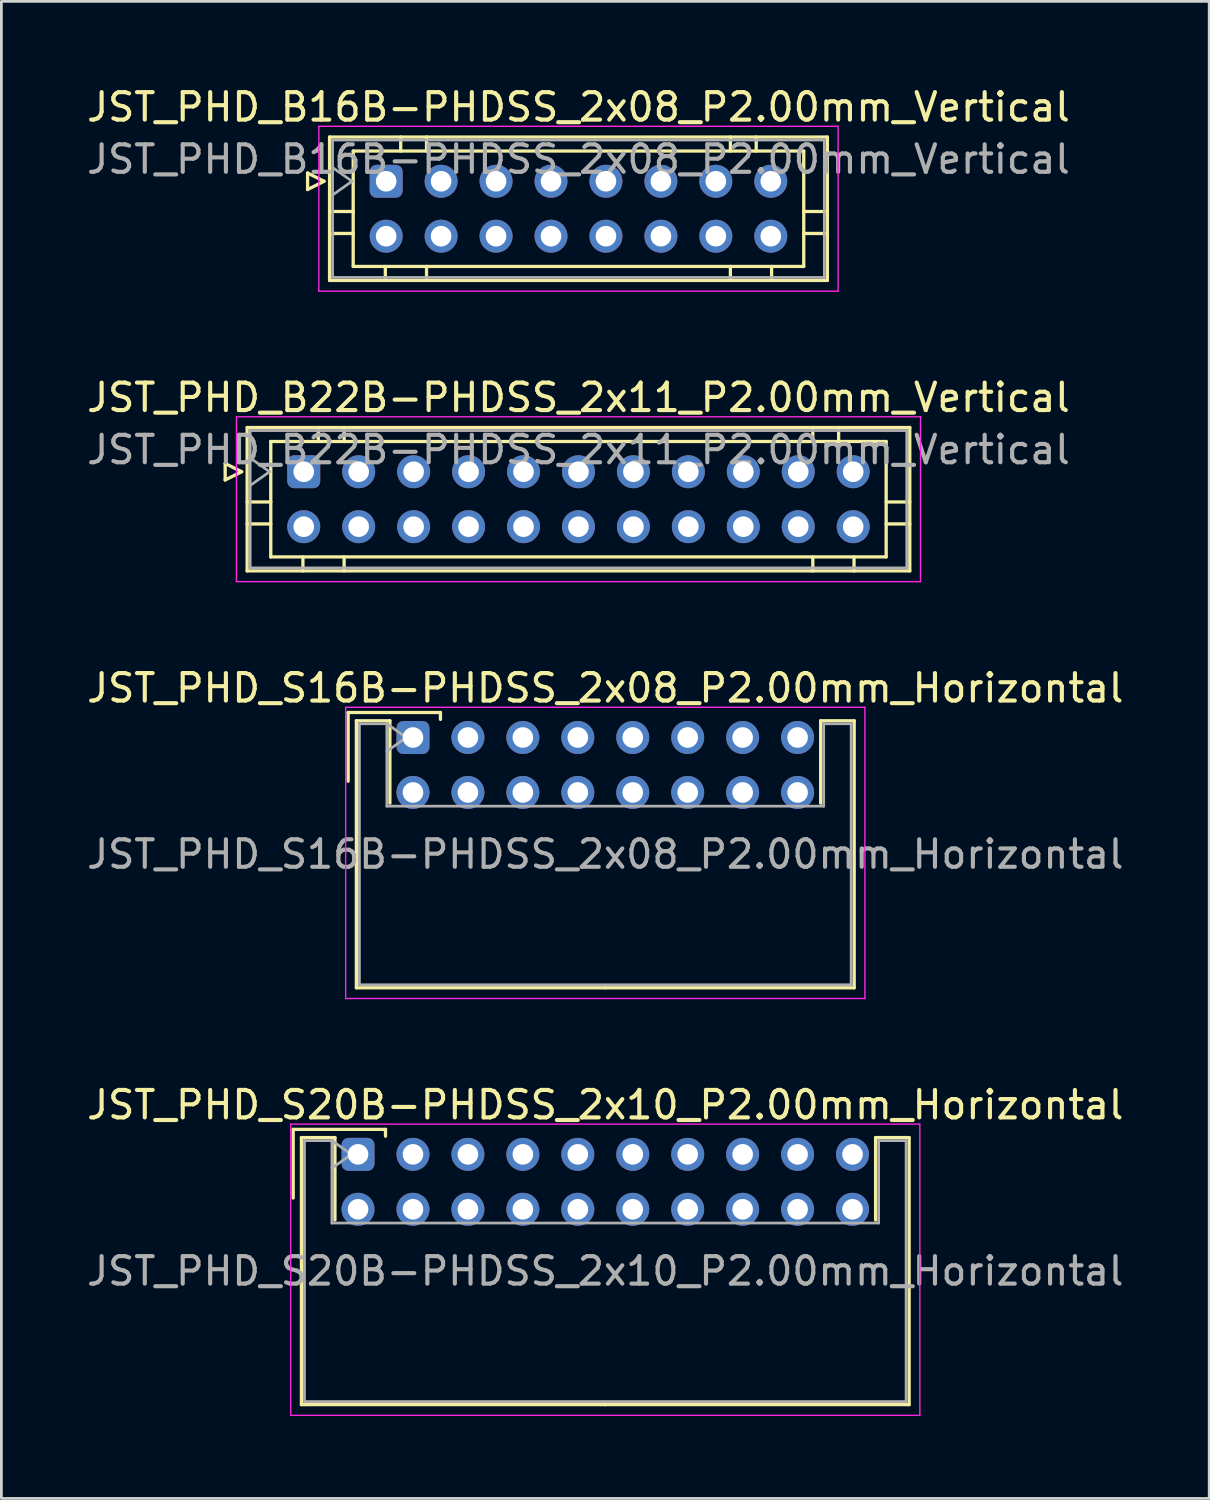
<source format=kicad_pcb>
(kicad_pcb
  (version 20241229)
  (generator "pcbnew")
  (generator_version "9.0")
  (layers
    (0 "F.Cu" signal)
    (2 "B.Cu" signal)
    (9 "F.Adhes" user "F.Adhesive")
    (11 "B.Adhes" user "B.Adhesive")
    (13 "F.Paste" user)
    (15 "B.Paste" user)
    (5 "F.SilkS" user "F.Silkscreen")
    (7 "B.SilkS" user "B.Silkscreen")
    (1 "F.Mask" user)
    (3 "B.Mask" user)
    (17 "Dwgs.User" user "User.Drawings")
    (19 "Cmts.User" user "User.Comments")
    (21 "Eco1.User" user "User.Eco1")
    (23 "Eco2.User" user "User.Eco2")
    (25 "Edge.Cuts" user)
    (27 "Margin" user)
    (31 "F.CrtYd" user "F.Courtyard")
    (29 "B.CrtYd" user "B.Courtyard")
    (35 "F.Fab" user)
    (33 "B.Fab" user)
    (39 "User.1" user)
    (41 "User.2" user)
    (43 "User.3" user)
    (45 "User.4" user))
  (footprint "JST_PHD_B16B-PHDSS_2x08_P2.00mm_Vertical"
    (layer "F.Cu")
    (at 11.006 3.548)
    (property "Reference" "JST_PHD_B16B-PHDSS_2x08_P2.00mm_Vertical" (at 7 -2.7 0) (layer "F.SilkS") (effects (font (size 1 1) (thickness 0.15))))
    (attr through_hole)
    (fp_line (start -2.86 -0.3) (end -2.26 0) (stroke (width 0.12) (type solid)) (layer "F.SilkS"))
    (fp_line (start -2.86 0.3) (end -2.86 -0.3) (stroke (width 0.12) (type solid)) (layer "F.SilkS"))
    (fp_line (start -2.26 0) (end -2.86 0.3) (stroke (width 0.12) (type solid)) (layer "F.SilkS"))
    (fp_line (start -2.06 -1.61) (end -2.06 3.61) (stroke (width 0.12) (type solid)) (layer "F.SilkS"))
    (fp_line (start -2.06 1.1) (end -1.2 1.1) (stroke (width 0.12) (type solid)) (layer "F.SilkS"))
    (fp_line (start -2.06 1.9) (end -1.2 1.9) (stroke (width 0.12) (type solid)) (layer "F.SilkS"))
    (fp_line (start -2.06 3.61) (end 16.06 3.61) (stroke (width 0.12) (type solid)) (layer "F.SilkS"))
    (fp_line (start -1.2 -1.1) (end -1.2 3.1) (stroke (width 0.12) (type solid)) (layer "F.SilkS"))
    (fp_line (start -1.2 3.1) (end 15.2 3.1) (stroke (width 0.12) (type solid)) (layer "F.SilkS"))
    (fp_line (start -0.03 3.61) (end -0.03 3.1) (stroke (width 0.12) (type solid)) (layer "F.SilkS"))
    (fp_line (start 0.53 -1.61) (end 0.53 -1.1) (stroke (width 0.12) (type solid)) (layer "F.SilkS"))
    (fp_line (start 1.47 -1.61) (end 1.47 -1.1) (stroke (width 0.12) (type solid)) (layer "F.SilkS"))
    (fp_line (start 1.47 3.61) (end 1.47 3.1) (stroke (width 0.12) (type solid)) (layer "F.SilkS"))
    (fp_line (start 12.53 -1.61) (end 12.53 -1.1) (stroke (width 0.12) (type solid)) (layer "F.SilkS"))
    (fp_line (start 12.53 3.61) (end 12.53 3.1) (stroke (width 0.12) (type solid)) (layer "F.SilkS"))
    (fp_line (start 13.47 -1.61) (end 13.47 -1.1) (stroke (width 0.12) (type solid)) (layer "F.SilkS"))
    (fp_line (start 14.03 3.61) (end 14.03 3.1) (stroke (width 0.12) (type solid)) (layer "F.SilkS"))
    (fp_line (start 15.2 -1.1) (end -1.2 -1.1) (stroke (width 0.12) (type solid)) (layer "F.SilkS"))
    (fp_line (start 15.2 3.1) (end 15.2 -1.1) (stroke (width 0.12) (type solid)) (layer "F.SilkS"))
    (fp_line (start 16.06 -1.61) (end -2.06 -1.61) (stroke (width 0.12) (type solid)) (layer "F.SilkS"))
    (fp_line (start 16.06 1.1) (end 15.2 1.1) (stroke (width 0.12) (type solid)) (layer "F.SilkS"))
    (fp_line (start 16.06 1.9) (end 15.2 1.9) (stroke (width 0.12) (type solid)) (layer "F.SilkS"))
    (fp_line (start 16.06 3.61) (end 16.06 -1.61) (stroke (width 0.12) (type solid)) (layer "F.SilkS"))
    (fp_line (start -2.45 -2) (end -2.45 4) (stroke (width 0.05) (type solid)) (layer "F.CrtYd"))
    (fp_line (start -2.45 4) (end 16.45 4) (stroke (width 0.05) (type solid)) (layer "F.CrtYd"))
    (fp_line (start 16.45 -2) (end -2.45 -2) (stroke (width 0.05) (type solid)) (layer "F.CrtYd"))
    (fp_line (start 16.45 4) (end 16.45 -2) (stroke (width 0.05) (type solid)) (layer "F.CrtYd"))
    (fp_line (start -1.95 -1.5) (end -1.95 3.5) (stroke (width 0.1) (type solid)) (layer "F.Fab"))
    (fp_line (start -1.95 0.5) (end -1.243 0) (stroke (width 0.1) (type solid)) (layer "F.Fab"))
    (fp_line (start -1.95 3.5) (end 15.95 3.5) (stroke (width 0.1) (type solid)) (layer "F.Fab"))
    (fp_line (start -1.243 0) (end -1.95 -0.5) (stroke (width 0.1) (type solid)) (layer "F.Fab"))
    (fp_line (start 15.95 -1.5) (end -1.95 -1.5) (stroke (width 0.1) (type solid)) (layer "F.Fab"))
    (fp_line (start 15.95 3.5) (end 15.95 -1.5) (stroke (width 0.1) (type solid)) (layer "F.Fab"))
    (fp_text user "${REFERENCE}" (at 7 -0.8 0) (layer "F.Fab") (effects (font (size 1 1) (thickness 0.15))))
    (pad "1" thru_hole roundrect (at 0 0) (size 1.2 1.2) (drill 0.75) (layers "*.Cu" "*.Mask") (roundrect_rratio 0.208))
    (pad "2" thru_hole circle (at 0 2) (size 1.2 1.2) (drill 0.75) (layers "*.Cu" "*.Mask"))
    (pad "3" thru_hole circle (at 2 0) (size 1.2 1.2) (drill 0.75) (layers "*.Cu" "*.Mask"))
    (pad "4" thru_hole circle (at 2 2) (size 1.2 1.2) (drill 0.75) (layers "*.Cu" "*.Mask"))
    (pad "5" thru_hole circle (at 4 0) (size 1.2 1.2) (drill 0.75) (layers "*.Cu" "*.Mask"))
    (pad "6" thru_hole circle (at 4 2) (size 1.2 1.2) (drill 0.75) (layers "*.Cu" "*.Mask"))
    (pad "7" thru_hole circle (at 6 0) (size 1.2 1.2) (drill 0.75) (layers "*.Cu" "*.Mask"))
    (pad "8" thru_hole circle (at 6 2) (size 1.2 1.2) (drill 0.75) (layers "*.Cu" "*.Mask"))
    (pad "9" thru_hole circle (at 8 0) (size 1.2 1.2) (drill 0.75) (layers "*.Cu" "*.Mask"))
    (pad "10" thru_hole circle (at 8 2) (size 1.2 1.2) (drill 0.75) (layers "*.Cu" "*.Mask"))
    (pad "11" thru_hole circle (at 10 0) (size 1.2 1.2) (drill 0.75) (layers "*.Cu" "*.Mask"))
    (pad "12" thru_hole circle (at 10 2) (size 1.2 1.2) (drill 0.75) (layers "*.Cu" "*.Mask"))
    (pad "13" thru_hole circle (at 12 0) (size 1.2 1.2) (drill 0.75) (layers "*.Cu" "*.Mask"))
    (pad "14" thru_hole circle (at 12 2) (size 1.2 1.2) (drill 0.75) (layers "*.Cu" "*.Mask"))
    (pad "15" thru_hole circle (at 14 0) (size 1.2 1.2) (drill 0.75) (layers "*.Cu" "*.Mask"))
    (pad "16" thru_hole circle (at 14 2) (size 1.2 1.2) (drill 0.75) (layers "*.Cu" "*.Mask")))
  (footprint "JST_PHD_B22B-PHDSS_2x11_P2.00mm_Vertical"
    (layer "F.Cu")
    (at 8.006 14.121)
    (property "Reference" "JST_PHD_B22B-PHDSS_2x11_P2.00mm_Vertical" (at 10 -2.7 0) (layer "F.SilkS") (effects (font (size 1 1) (thickness 0.15))))
    (attr through_hole)
    (fp_line (start -2.86 -0.3) (end -2.26 0) (stroke (width 0.12) (type solid)) (layer "F.SilkS"))
    (fp_line (start -2.86 0.3) (end -2.86 -0.3) (stroke (width 0.12) (type solid)) (layer "F.SilkS"))
    (fp_line (start -2.26 0) (end -2.86 0.3) (stroke (width 0.12) (type solid)) (layer "F.SilkS"))
    (fp_line (start -2.06 -1.61) (end -2.06 3.61) (stroke (width 0.12) (type solid)) (layer "F.SilkS"))
    (fp_line (start -2.06 1.1) (end -1.2 1.1) (stroke (width 0.12) (type solid)) (layer "F.SilkS"))
    (fp_line (start -2.06 1.9) (end -1.2 1.9) (stroke (width 0.12) (type solid)) (layer "F.SilkS"))
    (fp_line (start -2.06 3.61) (end 22.06 3.61) (stroke (width 0.12) (type solid)) (layer "F.SilkS"))
    (fp_line (start -1.2 -1.1) (end -1.2 3.1) (stroke (width 0.12) (type solid)) (layer "F.SilkS"))
    (fp_line (start -1.2 3.1) (end 21.2 3.1) (stroke (width 0.12) (type solid)) (layer "F.SilkS"))
    (fp_line (start -0.03 3.61) (end -0.03 3.1) (stroke (width 0.12) (type solid)) (layer "F.SilkS"))
    (fp_line (start 0.53 -1.61) (end 0.53 -1.1) (stroke (width 0.12) (type solid)) (layer "F.SilkS"))
    (fp_line (start 1.47 -1.61) (end 1.47 -1.1) (stroke (width 0.12) (type solid)) (layer "F.SilkS"))
    (fp_line (start 1.47 3.61) (end 1.47 3.1) (stroke (width 0.12) (type solid)) (layer "F.SilkS"))
    (fp_line (start 18.53 -1.61) (end 18.53 -1.1) (stroke (width 0.12) (type solid)) (layer "F.SilkS"))
    (fp_line (start 18.53 3.61) (end 18.53 3.1) (stroke (width 0.12) (type solid)) (layer "F.SilkS"))
    (fp_line (start 19.47 -1.61) (end 19.47 -1.1) (stroke (width 0.12) (type solid)) (layer "F.SilkS"))
    (fp_line (start 20.03 3.61) (end 20.03 3.1) (stroke (width 0.12) (type solid)) (layer "F.SilkS"))
    (fp_line (start 21.2 -1.1) (end -1.2 -1.1) (stroke (width 0.12) (type solid)) (layer "F.SilkS"))
    (fp_line (start 21.2 3.1) (end 21.2 -1.1) (stroke (width 0.12) (type solid)) (layer "F.SilkS"))
    (fp_line (start 22.06 -1.61) (end -2.06 -1.61) (stroke (width 0.12) (type solid)) (layer "F.SilkS"))
    (fp_line (start 22.06 1.1) (end 21.2 1.1) (stroke (width 0.12) (type solid)) (layer "F.SilkS"))
    (fp_line (start 22.06 1.9) (end 21.2 1.9) (stroke (width 0.12) (type solid)) (layer "F.SilkS"))
    (fp_line (start 22.06 3.61) (end 22.06 -1.61) (stroke (width 0.12) (type solid)) (layer "F.SilkS"))
    (fp_line (start -2.45 -2) (end -2.45 4) (stroke (width 0.05) (type solid)) (layer "F.CrtYd"))
    (fp_line (start -2.45 4) (end 22.45 4) (stroke (width 0.05) (type solid)) (layer "F.CrtYd"))
    (fp_line (start 22.45 -2) (end -2.45 -2) (stroke (width 0.05) (type solid)) (layer "F.CrtYd"))
    (fp_line (start 22.45 4) (end 22.45 -2) (stroke (width 0.05) (type solid)) (layer "F.CrtYd"))
    (fp_line (start -1.95 -1.5) (end -1.95 3.5) (stroke (width 0.1) (type solid)) (layer "F.Fab"))
    (fp_line (start -1.95 0.5) (end -1.243 0) (stroke (width 0.1) (type solid)) (layer "F.Fab"))
    (fp_line (start -1.95 3.5) (end 21.95 3.5) (stroke (width 0.1) (type solid)) (layer "F.Fab"))
    (fp_line (start -1.243 0) (end -1.95 -0.5) (stroke (width 0.1) (type solid)) (layer "F.Fab"))
    (fp_line (start 21.95 -1.5) (end -1.95 -1.5) (stroke (width 0.1) (type solid)) (layer "F.Fab"))
    (fp_line (start 21.95 3.5) (end 21.95 -1.5) (stroke (width 0.1) (type solid)) (layer "F.Fab"))
    (fp_text user "${REFERENCE}" (at 10 -0.8 0) (layer "F.Fab") (effects (font (size 1 1) (thickness 0.15))))
    (pad "1" thru_hole roundrect (at 0 0) (size 1.2 1.2) (drill 0.75) (layers "*.Cu" "*.Mask") (roundrect_rratio 0.208))
    (pad "2" thru_hole circle (at 0 2) (size 1.2 1.2) (drill 0.75) (layers "*.Cu" "*.Mask"))
    (pad "3" thru_hole circle (at 2 0) (size 1.2 1.2) (drill 0.75) (layers "*.Cu" "*.Mask"))
    (pad "4" thru_hole circle (at 2 2) (size 1.2 1.2) (drill 0.75) (layers "*.Cu" "*.Mask"))
    (pad "5" thru_hole circle (at 4 0) (size 1.2 1.2) (drill 0.75) (layers "*.Cu" "*.Mask"))
    (pad "6" thru_hole circle (at 4 2) (size 1.2 1.2) (drill 0.75) (layers "*.Cu" "*.Mask"))
    (pad "7" thru_hole circle (at 6 0) (size 1.2 1.2) (drill 0.75) (layers "*.Cu" "*.Mask"))
    (pad "8" thru_hole circle (at 6 2) (size 1.2 1.2) (drill 0.75) (layers "*.Cu" "*.Mask"))
    (pad "9" thru_hole circle (at 8 0) (size 1.2 1.2) (drill 0.75) (layers "*.Cu" "*.Mask"))
    (pad "10" thru_hole circle (at 8 2) (size 1.2 1.2) (drill 0.75) (layers "*.Cu" "*.Mask"))
    (pad "11" thru_hole circle (at 10 0) (size 1.2 1.2) (drill 0.75) (layers "*.Cu" "*.Mask"))
    (pad "12" thru_hole circle (at 10 2) (size 1.2 1.2) (drill 0.75) (layers "*.Cu" "*.Mask"))
    (pad "13" thru_hole circle (at 12 0) (size 1.2 1.2) (drill 0.75) (layers "*.Cu" "*.Mask"))
    (pad "14" thru_hole circle (at 12 2) (size 1.2 1.2) (drill 0.75) (layers "*.Cu" "*.Mask"))
    (pad "15" thru_hole circle (at 14 0) (size 1.2 1.2) (drill 0.75) (layers "*.Cu" "*.Mask"))
    (pad "16" thru_hole circle (at 14 2) (size 1.2 1.2) (drill 0.75) (layers "*.Cu" "*.Mask"))
    (pad "17" thru_hole circle (at 16 0) (size 1.2 1.2) (drill 0.75) (layers "*.Cu" "*.Mask"))
    (pad "18" thru_hole circle (at 16 2) (size 1.2 1.2) (drill 0.75) (layers "*.Cu" "*.Mask"))
    (pad "19" thru_hole circle (at 18 0) (size 1.2 1.2) (drill 0.75) (layers "*.Cu" "*.Mask"))
    (pad "20" thru_hole circle (at 18 2) (size 1.2 1.2) (drill 0.75) (layers "*.Cu" "*.Mask"))
    (pad "21" thru_hole circle (at 20 0) (size 1.2 1.2) (drill 0.75) (layers "*.Cu" "*.Mask"))
    (pad "22" thru_hole circle (at 20 2) (size 1.2 1.2) (drill 0.75) (layers "*.Cu" "*.Mask")))
  (footprint "JST_PHD_S16B-PHDSS_2x08_P2.00mm_Horizontal"
    (layer "F.Cu")
    (at 11.982 23.795)
    (property "Reference" "JST_PHD_S16B-PHDSS_2x08_P2.00mm_Horizontal" (at 7 -1.8 0) (layer "F.SilkS") (effects (font (size 1 1) (thickness 0.15))))
    (attr through_hole)
    (fp_line (start -2.36 -0.91) (end -2.36 1.59) (stroke (width 0.12) (type solid)) (layer "F.SilkS"))
    (fp_line (start -2.06 -0.61) (end -2.06 9.11) (stroke (width 0.12) (type solid)) (layer "F.SilkS"))
    (fp_line (start -2.06 9.11) (end 7 9.11) (stroke (width 0.12) (type solid)) (layer "F.SilkS"))
    (fp_line (start -0.84 -0.61) (end -2.06 -0.61) (stroke (width 0.12) (type solid)) (layer "F.SilkS"))
    (fp_line (start -0.84 2.39) (end -0.84 -0.61) (stroke (width 0.12) (type solid)) (layer "F.SilkS"))
    (fp_line (start 1 -0.91) (end -2.36 -0.91) (stroke (width 0.12) (type solid)) (layer "F.SilkS"))
    (fp_line (start 1 -0.66) (end 1 -0.91) (stroke (width 0.12) (type solid)) (layer "F.SilkS"))
    (fp_line (start 14.84 -0.61) (end 16.06 -0.61) (stroke (width 0.12) (type solid)) (layer "F.SilkS"))
    (fp_line (start 14.84 2.39) (end 14.84 -0.61) (stroke (width 0.12) (type solid)) (layer "F.SilkS"))
    (fp_line (start 16.06 -0.61) (end 16.06 9.11) (stroke (width 0.12) (type solid)) (layer "F.SilkS"))
    (fp_line (start 16.06 9.11) (end 7 9.11) (stroke (width 0.12) (type solid)) (layer "F.SilkS"))
    (fp_line (start -2.45 -1.1) (end -2.45 9.5) (stroke (width 0.05) (type solid)) (layer "F.CrtYd"))
    (fp_line (start -2.45 9.5) (end 16.45 9.5) (stroke (width 0.05) (type solid)) (layer "F.CrtYd"))
    (fp_line (start 16.45 -1.1) (end -2.45 -1.1) (stroke (width 0.05) (type solid)) (layer "F.CrtYd"))
    (fp_line (start 16.45 9.5) (end 16.45 -1.1) (stroke (width 0.05) (type solid)) (layer "F.CrtYd"))
    (fp_line (start -1.95 -0.5) (end -0.95 -0.5) (stroke (width 0.1) (type solid)) (layer "F.Fab"))
    (fp_line (start -1.95 9) (end -1.95 -0.5) (stroke (width 0.1) (type solid)) (layer "F.Fab"))
    (fp_line (start -0.95 -0.5) (end -0.95 2.5) (stroke (width 0.1) (type solid)) (layer "F.Fab"))
    (fp_line (start -0.95 -0.5) (end -0.243 0) (stroke (width 0.1) (type solid)) (layer "F.Fab"))
    (fp_line (start -0.95 2.5) (end 14.95 2.5) (stroke (width 0.1) (type solid)) (layer "F.Fab"))
    (fp_line (start -0.243 0) (end -0.95 0.5) (stroke (width 0.1) (type solid)) (layer "F.Fab"))
    (fp_line (start 14.95 -0.5) (end 15.95 -0.5) (stroke (width 0.1) (type solid)) (layer "F.Fab"))
    (fp_line (start 14.95 2.5) (end 14.95 -0.5) (stroke (width 0.1) (type solid)) (layer "F.Fab"))
    (fp_line (start 15.95 -0.5) (end 15.95 9) (stroke (width 0.1) (type solid)) (layer "F.Fab"))
    (fp_line (start 15.95 9) (end -1.95 9) (stroke (width 0.1) (type solid)) (layer "F.Fab"))
    (fp_text user "${REFERENCE}" (at 7 4.25 0) (layer "F.Fab") (effects (font (size 1 1) (thickness 0.15))))
    (pad "1" thru_hole roundrect (at 0 0) (size 1.2 1.2) (drill 0.75) (layers "*.Cu" "*.Mask") (roundrect_rratio 0.208))
    (pad "2" thru_hole circle (at 0 2) (size 1.2 1.2) (drill 0.75) (layers "*.Cu" "*.Mask"))
    (pad "3" thru_hole circle (at 2 0) (size 1.2 1.2) (drill 0.75) (layers "*.Cu" "*.Mask"))
    (pad "4" thru_hole circle (at 2 2) (size 1.2 1.2) (drill 0.75) (layers "*.Cu" "*.Mask"))
    (pad "5" thru_hole circle (at 4 0) (size 1.2 1.2) (drill 0.75) (layers "*.Cu" "*.Mask"))
    (pad "6" thru_hole circle (at 4 2) (size 1.2 1.2) (drill 0.75) (layers "*.Cu" "*.Mask"))
    (pad "7" thru_hole circle (at 6 0) (size 1.2 1.2) (drill 0.75) (layers "*.Cu" "*.Mask"))
    (pad "8" thru_hole circle (at 6 2) (size 1.2 1.2) (drill 0.75) (layers "*.Cu" "*.Mask"))
    (pad "9" thru_hole circle (at 8 0) (size 1.2 1.2) (drill 0.75) (layers "*.Cu" "*.Mask"))
    (pad "10" thru_hole circle (at 8 2) (size 1.2 1.2) (drill 0.75) (layers "*.Cu" "*.Mask"))
    (pad "11" thru_hole circle (at 10 0) (size 1.2 1.2) (drill 0.75) (layers "*.Cu" "*.Mask"))
    (pad "12" thru_hole circle (at 10 2) (size 1.2 1.2) (drill 0.75) (layers "*.Cu" "*.Mask"))
    (pad "13" thru_hole circle (at 12 0) (size 1.2 1.2) (drill 0.75) (layers "*.Cu" "*.Mask"))
    (pad "14" thru_hole circle (at 12 2) (size 1.2 1.2) (drill 0.75) (layers "*.Cu" "*.Mask"))
    (pad "15" thru_hole circle (at 14 0) (size 1.2 1.2) (drill 0.75) (layers "*.Cu" "*.Mask"))
    (pad "16" thru_hole circle (at 14 2) (size 1.2 1.2) (drill 0.75) (layers "*.Cu" "*.Mask")))
  (footprint "JST_PHD_S20B-PHDSS_2x10_P2.00mm_Horizontal"
    (layer "F.Cu")
    (at 9.982 38.968)
    (property "Reference" "JST_PHD_S20B-PHDSS_2x10_P2.00mm_Horizontal" (at 9 -1.8 0) (layer "F.SilkS") (effects (font (size 1 1) (thickness 0.15))))
    (attr through_hole)
    (fp_line (start -2.36 -0.91) (end -2.36 1.59) (stroke (width 0.12) (type solid)) (layer "F.SilkS"))
    (fp_line (start -2.06 -0.61) (end -2.06 9.11) (stroke (width 0.12) (type solid)) (layer "F.SilkS"))
    (fp_line (start -2.06 9.11) (end 9 9.11) (stroke (width 0.12) (type solid)) (layer "F.SilkS"))
    (fp_line (start -0.84 -0.61) (end -2.06 -0.61) (stroke (width 0.12) (type solid)) (layer "F.SilkS"))
    (fp_line (start -0.84 2.39) (end -0.84 -0.61) (stroke (width 0.12) (type solid)) (layer "F.SilkS"))
    (fp_line (start 1 -0.91) (end -2.36 -0.91) (stroke (width 0.12) (type solid)) (layer "F.SilkS"))
    (fp_line (start 1 -0.66) (end 1 -0.91) (stroke (width 0.12) (type solid)) (layer "F.SilkS"))
    (fp_line (start 18.84 -0.61) (end 20.06 -0.61) (stroke (width 0.12) (type solid)) (layer "F.SilkS"))
    (fp_line (start 18.84 2.39) (end 18.84 -0.61) (stroke (width 0.12) (type solid)) (layer "F.SilkS"))
    (fp_line (start 20.06 -0.61) (end 20.06 9.11) (stroke (width 0.12) (type solid)) (layer "F.SilkS"))
    (fp_line (start 20.06 9.11) (end 9 9.11) (stroke (width 0.12) (type solid)) (layer "F.SilkS"))
    (fp_line (start -2.45 -1.1) (end -2.45 9.5) (stroke (width 0.05) (type solid)) (layer "F.CrtYd"))
    (fp_line (start -2.45 9.5) (end 20.45 9.5) (stroke (width 0.05) (type solid)) (layer "F.CrtYd"))
    (fp_line (start 20.45 -1.1) (end -2.45 -1.1) (stroke (width 0.05) (type solid)) (layer "F.CrtYd"))
    (fp_line (start 20.45 9.5) (end 20.45 -1.1) (stroke (width 0.05) (type solid)) (layer "F.CrtYd"))
    (fp_line (start -1.95 -0.5) (end -0.95 -0.5) (stroke (width 0.1) (type solid)) (layer "F.Fab"))
    (fp_line (start -1.95 9) (end -1.95 -0.5) (stroke (width 0.1) (type solid)) (layer "F.Fab"))
    (fp_line (start -0.95 -0.5) (end -0.95 2.5) (stroke (width 0.1) (type solid)) (layer "F.Fab"))
    (fp_line (start -0.95 -0.5) (end -0.243 0) (stroke (width 0.1) (type solid)) (layer "F.Fab"))
    (fp_line (start -0.95 2.5) (end 18.95 2.5) (stroke (width 0.1) (type solid)) (layer "F.Fab"))
    (fp_line (start -0.243 0) (end -0.95 0.5) (stroke (width 0.1) (type solid)) (layer "F.Fab"))
    (fp_line (start 18.95 -0.5) (end 19.95 -0.5) (stroke (width 0.1) (type solid)) (layer "F.Fab"))
    (fp_line (start 18.95 2.5) (end 18.95 -0.5) (stroke (width 0.1) (type solid)) (layer "F.Fab"))
    (fp_line (start 19.95 -0.5) (end 19.95 9) (stroke (width 0.1) (type solid)) (layer "F.Fab"))
    (fp_line (start 19.95 9) (end -1.95 9) (stroke (width 0.1) (type solid)) (layer "F.Fab"))
    (fp_text user "${REFERENCE}" (at 9 4.25 0) (layer "F.Fab") (effects (font (size 1 1) (thickness 0.15))))
    (pad "1" thru_hole roundrect (at 0 0) (size 1.2 1.2) (drill 0.75) (layers "*.Cu" "*.Mask") (roundrect_rratio 0.208))
    (pad "2" thru_hole circle (at 0 2) (size 1.2 1.2) (drill 0.75) (layers "*.Cu" "*.Mask"))
    (pad "3" thru_hole circle (at 2 0) (size 1.2 1.2) (drill 0.75) (layers "*.Cu" "*.Mask"))
    (pad "4" thru_hole circle (at 2 2) (size 1.2 1.2) (drill 0.75) (layers "*.Cu" "*.Mask"))
    (pad "5" thru_hole circle (at 4 0) (size 1.2 1.2) (drill 0.75) (layers "*.Cu" "*.Mask"))
    (pad "6" thru_hole circle (at 4 2) (size 1.2 1.2) (drill 0.75) (layers "*.Cu" "*.Mask"))
    (pad "7" thru_hole circle (at 6 0) (size 1.2 1.2) (drill 0.75) (layers "*.Cu" "*.Mask"))
    (pad "8" thru_hole circle (at 6 2) (size 1.2 1.2) (drill 0.75) (layers "*.Cu" "*.Mask"))
    (pad "9" thru_hole circle (at 8 0) (size 1.2 1.2) (drill 0.75) (layers "*.Cu" "*.Mask"))
    (pad "10" thru_hole circle (at 8 2) (size 1.2 1.2) (drill 0.75) (layers "*.Cu" "*.Mask"))
    (pad "11" thru_hole circle (at 10 0) (size 1.2 1.2) (drill 0.75) (layers "*.Cu" "*.Mask"))
    (pad "12" thru_hole circle (at 10 2) (size 1.2 1.2) (drill 0.75) (layers "*.Cu" "*.Mask"))
    (pad "13" thru_hole circle (at 12 0) (size 1.2 1.2) (drill 0.75) (layers "*.Cu" "*.Mask"))
    (pad "14" thru_hole circle (at 12 2) (size 1.2 1.2) (drill 0.75) (layers "*.Cu" "*.Mask"))
    (pad "15" thru_hole circle (at 14 0) (size 1.2 1.2) (drill 0.75) (layers "*.Cu" "*.Mask"))
    (pad "16" thru_hole circle (at 14 2) (size 1.2 1.2) (drill 0.75) (layers "*.Cu" "*.Mask"))
    (pad "17" thru_hole circle (at 16 0) (size 1.2 1.2) (drill 0.75) (layers "*.Cu" "*.Mask"))
    (pad "18" thru_hole circle (at 16 2) (size 1.2 1.2) (drill 0.75) (layers "*.Cu" "*.Mask"))
    (pad "19" thru_hole circle (at 18 0) (size 1.2 1.2) (drill 0.75) (layers "*.Cu" "*.Mask"))
    (pad "20" thru_hole circle (at 18 2) (size 1.2 1.2) (drill 0.75) (layers "*.Cu" "*.Mask")))
  (gr_rect
    (start -3 -3)
    (end 40.964 51.493)
    (stroke (width 0.1) (type default))
    (fill no)
    (layer "Edge.Cuts")))
</source>
